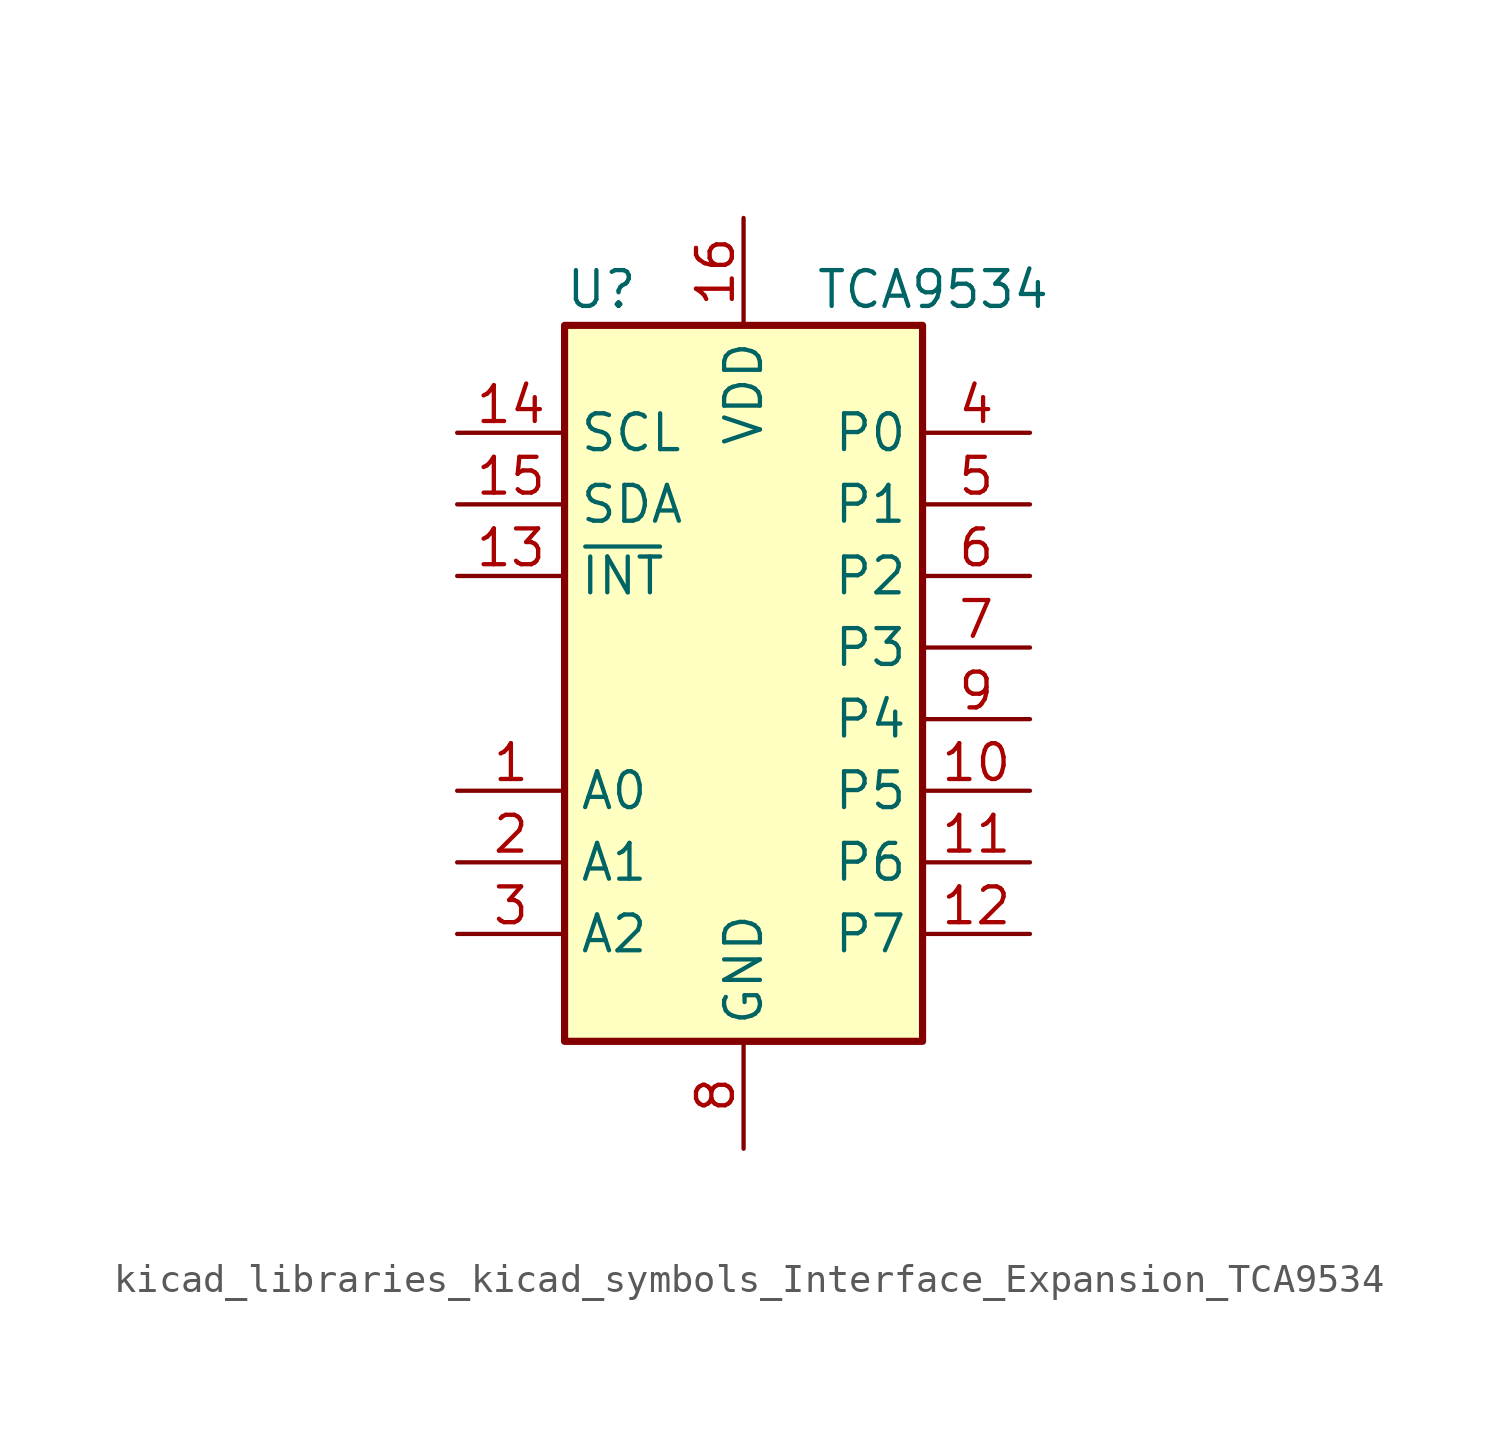
<source format=kicad_sym>
(kicad_symbol_lib
  (version 20220914)
  (generator kicad_symbol_editor)
  (symbol "kicad_libraries_kicad_symbols_Interface_Expansion_TCA9534"
    (property "Reference" "U"
      (at -6.35 12.7 0)
      (effects (font (size 1.27 1.27)) (justify left)))
    (property "Value" "TCA9534"
      (at 2.54 12.7 0)
      (effects (font (size 1.27 1.27)) (justify left)))
    (symbol "kicad_libraries_kicad_symbols_Interface_Expansion_TCA9534_0_1"
      (rectangle (start -6.35 -13.97) (end 6.35 11.43) (stroke (width 0.254) (type default)) (fill (type background))))
    (symbol "kicad_libraries_kicad_symbols_Interface_Expansion_TCA9534_1_1"
      (pin input line (at -10.16 -5.08 0) (length 3.81) (name "A0" (effects (font (size 1.27 1.27)))) (number "1" (effects (font (size 1.27 1.27)))))
      (pin bidirectional line (at 10.16 -5.08 180) (length 3.81) (name "P5" (effects (font (size 1.27 1.27)))) (number "10" (effects (font (size 1.27 1.27)))))
      (pin bidirectional line (at 10.16 -7.62 180) (length 3.81) (name "P6" (effects (font (size 1.27 1.27)))) (number "11" (effects (font (size 1.27 1.27)))))
      (pin bidirectional line (at 10.16 -10.16 180) (length 3.81) (name "P7" (effects (font (size 1.27 1.27)))) (number "12" (effects (font (size 1.27 1.27)))))
      (pin open_collector line (at -10.16 2.54 0) (length 3.81) (name "~{INT}" (effects (font (size 1.27 1.27)))) (number "13" (effects (font (size 1.27 1.27)))))
      (pin input line (at -10.16 7.62 0) (length 3.81) (name "SCL" (effects (font (size 1.27 1.27)))) (number "14" (effects (font (size 1.27 1.27)))))
      (pin bidirectional line (at -10.16 5.08 0) (length 3.81) (name "SDA" (effects (font (size 1.27 1.27)))) (number "15" (effects (font (size 1.27 1.27)))))
      (pin power_in line (at 0 15.24 270) (length 3.81) (name "VDD" (effects (font (size 1.27 1.27)))) (number "16" (effects (font (size 1.27 1.27)))))
      (pin input line (at -10.16 -7.62 0) (length 3.81) (name "A1" (effects (font (size 1.27 1.27)))) (number "2" (effects (font (size 1.27 1.27)))))
      (pin input line (at -10.16 -10.16 0) (length 3.81) (name "A2" (effects (font (size 1.27 1.27)))) (number "3" (effects (font (size 1.27 1.27)))))
      (pin bidirectional line (at 10.16 7.62 180) (length 3.81) (name "P0" (effects (font (size 1.27 1.27)))) (number "4" (effects (font (size 1.27 1.27)))))
      (pin bidirectional line (at 10.16 5.08 180) (length 3.81) (name "P1" (effects (font (size 1.27 1.27)))) (number "5" (effects (font (size 1.27 1.27)))))
      (pin bidirectional line (at 10.16 2.54 180) (length 3.81) (name "P2" (effects (font (size 1.27 1.27)))) (number "6" (effects (font (size 1.27 1.27)))))
      (pin bidirectional line (at 10.16 0 180) (length 3.81) (name "P3" (effects (font (size 1.27 1.27)))) (number "7" (effects (font (size 1.27 1.27)))))
      (pin power_in line (at 0 -17.78 90) (length 3.81) (name "GND" (effects (font (size 1.27 1.27)))) (number "8" (effects (font (size 1.27 1.27)))))
      (pin bidirectional line (at 10.16 -2.54 180) (length 3.81) (name "P4" (effects (font (size 1.27 1.27)))) (number "9" (effects (font (size 1.27 1.27))))))))
</source>
